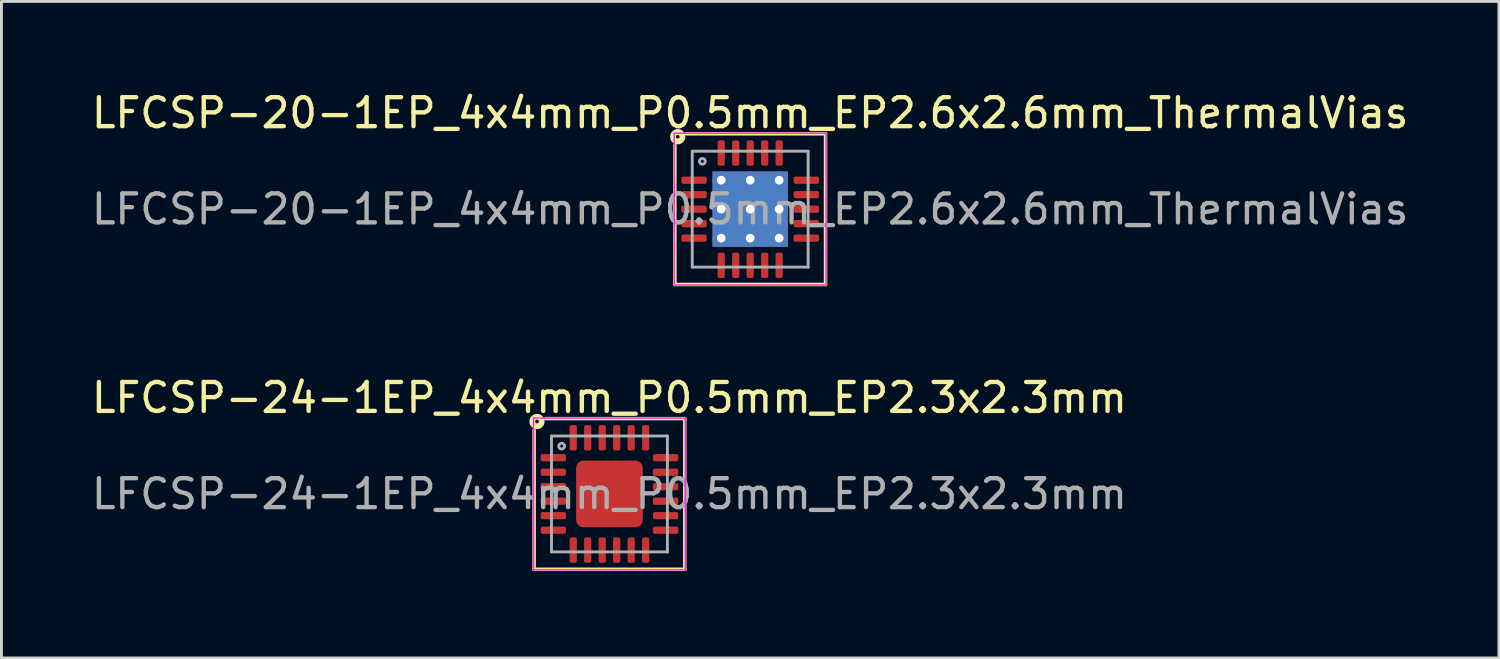
<source format=kicad_pcb>
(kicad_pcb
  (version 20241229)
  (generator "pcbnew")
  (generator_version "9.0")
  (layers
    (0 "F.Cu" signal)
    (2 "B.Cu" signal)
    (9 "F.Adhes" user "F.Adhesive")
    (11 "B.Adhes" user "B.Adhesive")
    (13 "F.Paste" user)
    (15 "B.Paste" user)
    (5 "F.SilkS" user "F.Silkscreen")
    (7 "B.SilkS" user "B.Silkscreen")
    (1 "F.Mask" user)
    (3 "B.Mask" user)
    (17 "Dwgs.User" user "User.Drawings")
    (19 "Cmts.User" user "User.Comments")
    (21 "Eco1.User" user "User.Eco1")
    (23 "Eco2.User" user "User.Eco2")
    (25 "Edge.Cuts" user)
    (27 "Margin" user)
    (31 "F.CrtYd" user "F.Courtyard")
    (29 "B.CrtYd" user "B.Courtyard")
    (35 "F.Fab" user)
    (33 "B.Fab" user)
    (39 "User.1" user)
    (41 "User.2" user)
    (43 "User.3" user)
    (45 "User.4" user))
  (footprint "LFCSP-24-1EP_4x4mm_P0.5mm_EP2.3x2.3mm"
    (layer "F.Cu")
    (at 17.982 13.996)
    (property "Reference" "LFCSP-24-1EP_4x4mm_P0.5mm_EP2.3x2.3mm" (at 0 -3.32 0) (layer "F.SilkS") (effects (font (size 1 1) (thickness 0.15))))
    (attr smd)
    (fp_line (start -2.6 2.6) (end -2.6 -2.2) (stroke (width 0.12) (type solid)) (layer "F.SilkS"))
    (fp_line (start 2.6 -2.6) (end -2.2 -2.6) (stroke (width 0.12) (type solid)) (layer "F.SilkS"))
    (fp_line (start 2.6 -2.6) (end 2.6 2.6) (stroke (width 0.12) (type solid)) (layer "F.SilkS"))
    (fp_line (start 2.6 2.6) (end -2.6 2.6) (stroke (width 0.12) (type solid)) (layer "F.SilkS"))
    (fp_circle (center -2.5 -2.5) (end -2.437 -2.5) (stroke (width 0.2) (type solid)) (fill no) (layer "F.SilkS"))
    (fp_line (start -2.62 -2.62) (end -2.62 2.62) (stroke (width 0.05) (type solid)) (layer "F.CrtYd"))
    (fp_line (start -2.62 2.62) (end 2.62 2.62) (stroke (width 0.05) (type solid)) (layer "F.CrtYd"))
    (fp_line (start 2.62 -2.62) (end -2.62 -2.62) (stroke (width 0.05) (type solid)) (layer "F.CrtYd"))
    (fp_line (start 2.62 2.62) (end 2.62 -2.62) (stroke (width 0.05) (type solid)) (layer "F.CrtYd"))
    (fp_line (start -2 -2) (end 2 -2) (stroke (width 0.1) (type solid)) (layer "F.Fab"))
    (fp_line (start -2 2) (end -2 -2) (stroke (width 0.1) (type solid)) (layer "F.Fab"))
    (fp_line (start 2 -2) (end 2 2) (stroke (width 0.1) (type solid)) (layer "F.Fab"))
    (fp_line (start 2 2) (end -2 2) (stroke (width 0.1) (type solid)) (layer "F.Fab"))
    (fp_circle (center -1.65 -1.65) (end -1.55 -1.65) (stroke (width 0.1) (type solid)) (fill no) (layer "F.Fab"))
    (fp_text user "${REFERENCE}" (at 0 0 0) (layer "F.Fab") (effects (font (size 1 1) (thickness 0.15))))
    (pad "" smd roundrect (at -0.575 -0.575) (size 0.93 0.93) (layers "F.Paste") (roundrect_rratio 0.25))
    (pad "" smd roundrect (at -0.575 0.575) (size 0.93 0.93) (layers "F.Paste") (roundrect_rratio 0.25))
    (pad "" smd roundrect (at 0.575 -0.575) (size 0.93 0.93) (layers "F.Paste") (roundrect_rratio 0.25))
    (pad "" smd roundrect (at 0.575 0.575) (size 0.93 0.93) (layers "F.Paste") (roundrect_rratio 0.25))
    (pad "1" smd roundrect (at -1.938 -1.25) (size 0.875 0.25) (layers "F.Cu" "F.Mask" "F.Paste") (roundrect_rratio 0.25))
    (pad "2" smd roundrect (at -1.938 -0.75) (size 0.875 0.25) (layers "F.Cu" "F.Mask" "F.Paste") (roundrect_rratio 0.25))
    (pad "3" smd roundrect (at -1.938 -0.25) (size 0.875 0.25) (layers "F.Cu" "F.Mask" "F.Paste") (roundrect_rratio 0.25))
    (pad "4" smd roundrect (at -1.938 0.25) (size 0.875 0.25) (layers "F.Cu" "F.Mask" "F.Paste") (roundrect_rratio 0.25))
    (pad "5" smd roundrect (at -1.938 0.75) (size 0.875 0.25) (layers "F.Cu" "F.Mask" "F.Paste") (roundrect_rratio 0.25))
    (pad "6" smd roundrect (at -1.938 1.25) (size 0.875 0.25) (layers "F.Cu" "F.Mask" "F.Paste") (roundrect_rratio 0.25))
    (pad "7" smd roundrect (at -1.25 1.938) (size 0.25 0.875) (layers "F.Cu" "F.Mask" "F.Paste") (roundrect_rratio 0.25))
    (pad "8" smd roundrect (at -0.75 1.938) (size 0.25 0.875) (layers "F.Cu" "F.Mask" "F.Paste") (roundrect_rratio 0.25))
    (pad "9" smd roundrect (at -0.25 1.938) (size 0.25 0.875) (layers "F.Cu" "F.Mask" "F.Paste") (roundrect_rratio 0.25))
    (pad "10" smd roundrect (at 0.25 1.938) (size 0.25 0.875) (layers "F.Cu" "F.Mask" "F.Paste") (roundrect_rratio 0.25))
    (pad "11" smd roundrect (at 0.75 1.938) (size 0.25 0.875) (layers "F.Cu" "F.Mask" "F.Paste") (roundrect_rratio 0.25))
    (pad "12" smd roundrect (at 1.25 1.938) (size 0.25 0.875) (layers "F.Cu" "F.Mask" "F.Paste") (roundrect_rratio 0.25))
    (pad "13" smd roundrect (at 1.938 1.25) (size 0.875 0.25) (layers "F.Cu" "F.Mask" "F.Paste") (roundrect_rratio 0.25))
    (pad "14" smd roundrect (at 1.938 0.75) (size 0.875 0.25) (layers "F.Cu" "F.Mask" "F.Paste") (roundrect_rratio 0.25))
    (pad "15" smd roundrect (at 1.938 0.25) (size 0.875 0.25) (layers "F.Cu" "F.Mask" "F.Paste") (roundrect_rratio 0.25))
    (pad "16" smd roundrect (at 1.938 -0.25) (size 0.875 0.25) (layers "F.Cu" "F.Mask" "F.Paste") (roundrect_rratio 0.25))
    (pad "17" smd roundrect (at 1.938 -0.75) (size 0.875 0.25) (layers "F.Cu" "F.Mask" "F.Paste") (roundrect_rratio 0.25))
    (pad "18" smd roundrect (at 1.938 -1.25) (size 0.875 0.25) (layers "F.Cu" "F.Mask" "F.Paste") (roundrect_rratio 0.25))
    (pad "19" smd roundrect (at 1.25 -1.938) (size 0.25 0.875) (layers "F.Cu" "F.Mask" "F.Paste") (roundrect_rratio 0.25))
    (pad "20" smd roundrect (at 0.75 -1.938) (size 0.25 0.875) (layers "F.Cu" "F.Mask" "F.Paste") (roundrect_rratio 0.25))
    (pad "21" smd roundrect (at 0.25 -1.938) (size 0.25 0.875) (layers "F.Cu" "F.Mask" "F.Paste") (roundrect_rratio 0.25))
    (pad "22" smd roundrect (at -0.25 -1.938) (size 0.25 0.875) (layers "F.Cu" "F.Mask" "F.Paste") (roundrect_rratio 0.25))
    (pad "23" smd roundrect (at -0.75 -1.938) (size 0.25 0.875) (layers "F.Cu" "F.Mask" "F.Paste") (roundrect_rratio 0.25))
    (pad "24" smd roundrect (at -1.25 -1.938) (size 0.25 0.875) (layers "F.Cu" "F.Mask" "F.Paste") (roundrect_rratio 0.25))
    (pad "25" smd roundrect (at 0 0) (size 2.3 2.3) (layers "F.Cu" "F.Mask") (roundrect_rratio 0.109)))
  (footprint "LFCSP-20-1EP_4x4mm_P0.5mm_EP2.6x2.6mm_ThermalVias"
    (layer "F.Cu")
    (at 22.839 4.168)
    (property "Reference" "LFCSP-20-1EP_4x4mm_P0.5mm_EP2.6x2.6mm_ThermalVias" (at 0 -3.32 0) (layer "F.SilkS") (effects (font (size 1 1) (thickness 0.15))))
    (attr smd)
    (fp_line (start -2.6 2.6) (end -2.6 -2.2) (stroke (width 0.12) (type solid)) (layer "F.SilkS"))
    (fp_line (start 2.6 -2.6) (end -2.2 -2.6) (stroke (width 0.12) (type solid)) (layer "F.SilkS"))
    (fp_line (start 2.6 -2.6) (end 2.6 2.6) (stroke (width 0.12) (type solid)) (layer "F.SilkS"))
    (fp_line (start 2.6 2.6) (end -2.6 2.6) (stroke (width 0.12) (type solid)) (layer "F.SilkS"))
    (fp_circle (center -2.5 -2.5) (end -2.437 -2.5) (stroke (width 0.2) (type solid)) (fill no) (layer "F.SilkS"))
    (fp_line (start -2.62 -2.62) (end -2.62 2.62) (stroke (width 0.05) (type solid)) (layer "F.CrtYd"))
    (fp_line (start -2.62 2.62) (end 2.62 2.62) (stroke (width 0.05) (type solid)) (layer "F.CrtYd"))
    (fp_line (start 2.62 -2.62) (end -2.62 -2.62) (stroke (width 0.05) (type solid)) (layer "F.CrtYd"))
    (fp_line (start 2.62 2.62) (end 2.62 -2.62) (stroke (width 0.05) (type solid)) (layer "F.CrtYd"))
    (fp_line (start -2 -2) (end 2 -2) (stroke (width 0.1) (type solid)) (layer "F.Fab"))
    (fp_line (start -2 2) (end -2 -2) (stroke (width 0.1) (type solid)) (layer "F.Fab"))
    (fp_line (start 2 -2) (end 2 2) (stroke (width 0.1) (type solid)) (layer "F.Fab"))
    (fp_line (start 2 2) (end -2 2) (stroke (width 0.1) (type solid)) (layer "F.Fab"))
    (fp_circle (center -1.65 -1.65) (end -1.55 -1.65) (stroke (width 0.1) (type solid)) (fill no) (layer "F.Fab"))
    (fp_text user "${REFERENCE}" (at 0 0 0) (layer "F.Fab") (effects (font (size 1 1) (thickness 0.15))))
    (pad "" smd roundrect (at -0.65 -0.65) (size 1.09 1.09) (layers "F.Paste") (roundrect_rratio 0.229))
    (pad "" smd roundrect (at -0.65 0.65) (size 1.09 1.09) (layers "F.Paste") (roundrect_rratio 0.229))
    (pad "" smd roundrect (at 0.65 -0.65) (size 1.09 1.09) (layers "F.Paste") (roundrect_rratio 0.229))
    (pad "" smd roundrect (at 0.65 0.65) (size 1.09 1.09) (layers "F.Paste") (roundrect_rratio 0.229))
    (pad "1" smd roundrect (at -1.938 -1) (size 0.875 0.25) (layers "F.Cu" "F.Mask" "F.Paste") (roundrect_rratio 0.25))
    (pad "2" smd roundrect (at -1.938 -0.5) (size 0.875 0.25) (layers "F.Cu" "F.Mask" "F.Paste") (roundrect_rratio 0.25))
    (pad "3" smd roundrect (at -1.938 0) (size 0.875 0.25) (layers "F.Cu" "F.Mask" "F.Paste") (roundrect_rratio 0.25))
    (pad "4" smd roundrect (at -1.938 0.5) (size 0.875 0.25) (layers "F.Cu" "F.Mask" "F.Paste") (roundrect_rratio 0.25))
    (pad "5" smd roundrect (at -1.938 1) (size 0.875 0.25) (layers "F.Cu" "F.Mask" "F.Paste") (roundrect_rratio 0.25))
    (pad "6" smd roundrect (at -1 1.938) (size 0.25 0.875) (layers "F.Cu" "F.Mask" "F.Paste") (roundrect_rratio 0.25))
    (pad "7" smd roundrect (at -0.5 1.938) (size 0.25 0.875) (layers "F.Cu" "F.Mask" "F.Paste") (roundrect_rratio 0.25))
    (pad "8" smd roundrect (at 0 1.938) (size 0.25 0.875) (layers "F.Cu" "F.Mask" "F.Paste") (roundrect_rratio 0.25))
    (pad "9" smd roundrect (at 0.5 1.938) (size 0.25 0.875) (layers "F.Cu" "F.Mask" "F.Paste") (roundrect_rratio 0.25))
    (pad "10" smd roundrect (at 1 1.938) (size 0.25 0.875) (layers "F.Cu" "F.Mask" "F.Paste") (roundrect_rratio 0.25))
    (pad "11" smd roundrect (at 1.938 1) (size 0.875 0.25) (layers "F.Cu" "F.Mask" "F.Paste") (roundrect_rratio 0.25))
    (pad "12" smd roundrect (at 1.938 0.5) (size 0.875 0.25) (layers "F.Cu" "F.Mask" "F.Paste") (roundrect_rratio 0.25))
    (pad "13" smd roundrect (at 1.938 0) (size 0.875 0.25) (layers "F.Cu" "F.Mask" "F.Paste") (roundrect_rratio 0.25))
    (pad "14" smd roundrect (at 1.938 -0.5) (size 0.875 0.25) (layers "F.Cu" "F.Mask" "F.Paste") (roundrect_rratio 0.25))
    (pad "15" smd roundrect (at 1.938 -1) (size 0.875 0.25) (layers "F.Cu" "F.Mask" "F.Paste") (roundrect_rratio 0.25))
    (pad "16" smd roundrect (at 1 -1.938) (size 0.25 0.875) (layers "F.Cu" "F.Mask" "F.Paste") (roundrect_rratio 0.25))
    (pad "17" smd roundrect (at 0.5 -1.938) (size 0.25 0.875) (layers "F.Cu" "F.Mask" "F.Paste") (roundrect_rratio 0.25))
    (pad "18" smd roundrect (at 0 -1.938) (size 0.25 0.875) (layers "F.Cu" "F.Mask" "F.Paste") (roundrect_rratio 0.25))
    (pad "19" smd roundrect (at -0.5 -1.938) (size 0.25 0.875) (layers "F.Cu" "F.Mask" "F.Paste") (roundrect_rratio 0.25))
    (pad "20" smd roundrect (at -1 -1.938) (size 0.25 0.875) (layers "F.Cu" "F.Mask" "F.Paste") (roundrect_rratio 0.25))
    (pad "21" thru_hole circle (at -1 -1) (size 0.6 0.6) (drill 0.3) (layers "*.Cu"))
    (pad "21" thru_hole circle (at -1 0) (size 0.6 0.6) (drill 0.3) (layers "*.Cu"))
    (pad "21" thru_hole circle (at -1 1) (size 0.6 0.6) (drill 0.3) (layers "*.Cu"))
    (pad "21" thru_hole circle (at 0 -1) (size 0.6 0.6) (drill 0.3) (layers "*.Cu"))
    (pad "21" thru_hole circle (at 0 0) (size 0.6 0.6) (drill 0.3) (layers "*.Cu"))
    (pad "21" smd rect (at 0 0) (size 2.6 2.6) (layers "F.Cu" "F.Mask"))
    (pad "21" smd rect (at 0 0) (size 2.6 2.6) (layers "B.Cu" "B.Mask"))
    (pad "21" thru_hole circle (at 0 1) (size 0.6 0.6) (drill 0.3) (layers "*.Cu"))
    (pad "21" thru_hole circle (at 1 -1) (size 0.6 0.6) (drill 0.3) (layers "*.Cu"))
    (pad "21" thru_hole circle (at 1 0) (size 0.6 0.6) (drill 0.3) (layers "*.Cu"))
    (pad "21" thru_hole circle (at 1 1) (size 0.6 0.6) (drill 0.3) (layers "*.Cu")))
  (gr_rect
    (start -3 -3)
    (end 48.679 19.657)
    (stroke (width 0.1) (type default))
    (fill no)
    (layer "Edge.Cuts")))
</source>
